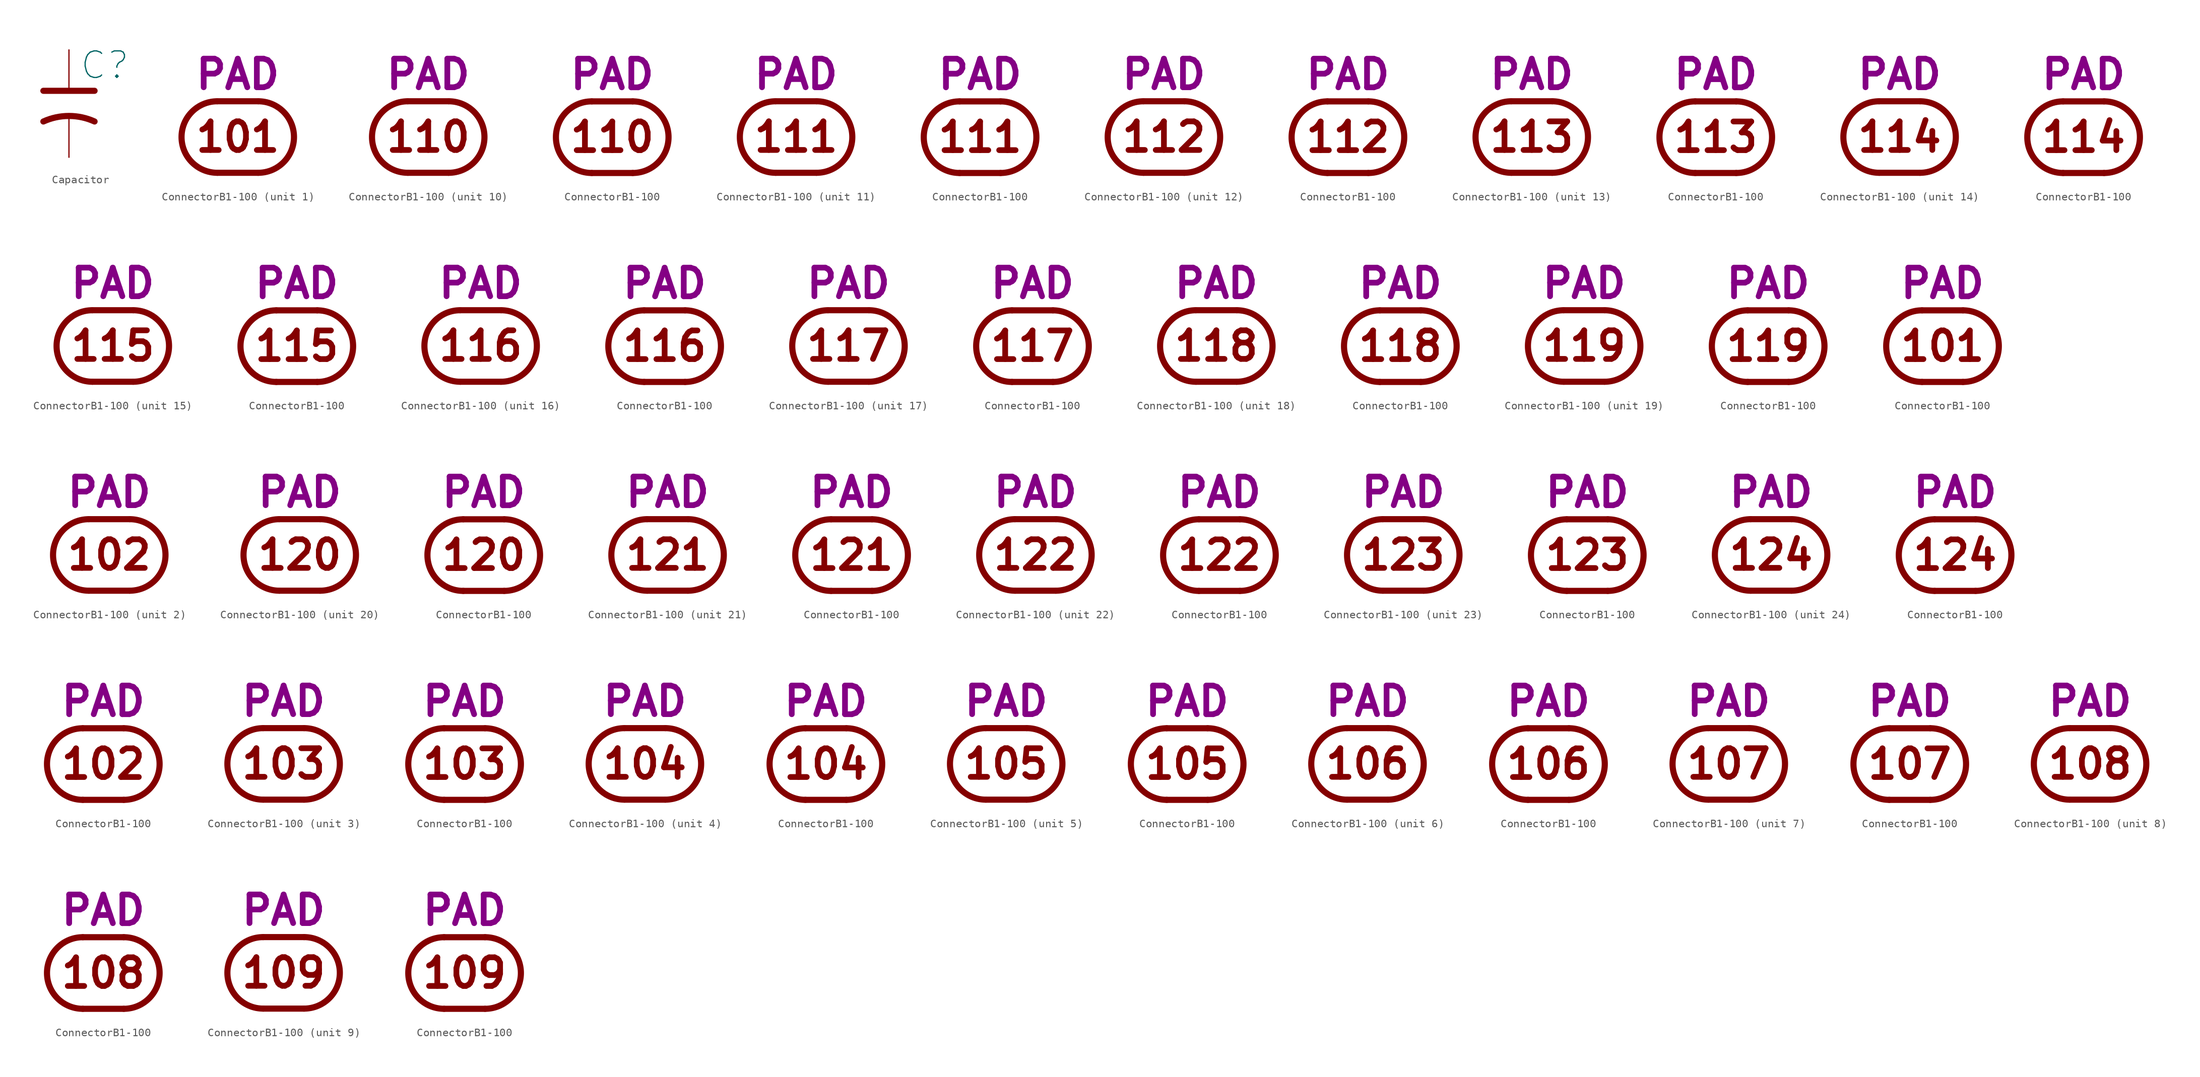
<source format=kicad_sym>
(kicad_symbol_lib
  (version 20211014)
  (generator kicad_symbol_editor)
  (symbol "Capacitor"
    (pin_numbers hide)
    (pin_names
      (offset 0) hide)
    (property "Reference" "C"
      (at 4.445 5.08 0)
      (effects (font (size 3.302 3.302))))
    (symbol "Capacitor_0_1"
      (polyline (pts (xy -3.175 1.905) (xy 3.175 1.905)) (stroke (width 0.762) (type default) (color 0 0 0 0)) (fill (type none)))
      (arc (start 3.175 -1.905) (mid 0 -1.2173) (end -3.175 -1.905) (stroke (width 0.762) (type default) (color 0 0 0 0)) (fill (type none))))
    (symbol "Capacitor_1_1"
      (pin passive line (at 0 6.985 270) (length 5.08) (name "1" (effects (font (size 1.27 1.27)))) (number "1" (effects (font (size 1.27 1.27)))))
      (pin passive line (at 0 -6.35 90) (length 5.08) (name "2" (effects (font (size 1.27 1.27)))) (number "2" (effects (font (size 1.27 1.27)))))))
  (symbol "ConnectorB1-100"
    (pin_numbers hide)
    (pin_names
      (offset 0) hide)
    (property "Reference" "J"
      (at 0 8.255 0)
      (effects (font (size 3.556 3.556)) hide))
    (property "Caption" "PAD"
      (at 0 5.715 0)
      (effects (font (size 3.556 3.556) bold) (justify bottom)))
    (property "ki_locked" ""
      (at 0 0 0)
      (effects (font (size 1.27 1.27))))
    (symbol "ConnectorB1-100_0_0"
      (arc (start -2.54 4.445) (mid -6.985 0) (end -2.54 -4.445) (stroke (width 0.762) (type default) (color 0 0 0 0)) (fill (type none)))
      (polyline (pts (xy -2.54 -4.445) (xy 2.54 -4.445)) (stroke (width 0.762) (type default) (color 0 0 0 0)) (fill (type none)))
      (polyline (pts (xy -2.54 4.445) (xy 2.54 4.445)) (stroke (width 0.762) (type default) (color 0 0 0 0)) (fill (type none)))
      (arc (start 2.54 -4.445) (mid 6.985 0) (end 2.54 4.445) (stroke (width 0.762) (type default) (color 0 0 0 0)) (fill (type none))))
    (symbol "ConnectorB1-100_1_0"
      (text "101" (at 0 0 0) (effects (font (size 3.556 3.556) bold))))
    (symbol "ConnectorB1-100_1_1"
      (pin passive line (at 6.985 0 180) (length 0) (name "101" (effects (font (size 3.556 3.556)))) (number "101" (effects (font (size 3.556 3.556))))))
    (symbol "ConnectorB1-100_1_2"
      (pin passive line (at 0 4.445 270) (length 0) (name "101" (effects (font (size 3.556 3.556)))) (number "101" (effects (font (size 3.556 3.556))))))
    (symbol "ConnectorB1-100_2_0"
      (text "102" (at 0 0 0) (effects (font (size 3.556 3.556) bold))))
    (symbol "ConnectorB1-100_2_1"
      (pin passive line (at 6.985 0 180) (length 0) (name "102" (effects (font (size 3.556 3.556)))) (number "102" (effects (font (size 3.556 3.556))))))
    (symbol "ConnectorB1-100_2_2"
      (pin passive line (at 0 4.445 270) (length 0) (name "102" (effects (font (size 3.556 3.556)))) (number "102" (effects (font (size 3.556 3.556))))))
    (symbol "ConnectorB1-100_3_0"
      (text "103" (at 0 0 0) (effects (font (size 3.556 3.556) bold))))
    (symbol "ConnectorB1-100_3_1"
      (pin passive line (at 6.985 0 180) (length 0) (name "103" (effects (font (size 3.556 3.556)))) (number "103" (effects (font (size 3.556 3.556))))))
    (symbol "ConnectorB1-100_3_2"
      (pin passive line (at 0 4.445 270) (length 0) (name "103" (effects (font (size 3.556 3.556)))) (number "103" (effects (font (size 3.556 3.556))))))
    (symbol "ConnectorB1-100_4_0"
      (text "104" (at 0 0 0) (effects (font (size 3.556 3.556) bold))))
    (symbol "ConnectorB1-100_4_1"
      (pin passive line (at 6.985 0 180) (length 0) (name "104" (effects (font (size 3.556 3.556)))) (number "104" (effects (font (size 3.556 3.556))))))
    (symbol "ConnectorB1-100_4_2"
      (pin passive line (at 0 4.445 270) (length 0) (name "104" (effects (font (size 3.556 3.556)))) (number "104" (effects (font (size 3.556 3.556))))))
    (symbol "ConnectorB1-100_5_0"
      (text "105" (at 0 0 0) (effects (font (size 3.556 3.556) bold))))
    (symbol "ConnectorB1-100_5_1"
      (pin passive line (at 6.985 0 180) (length 0) (name "105" (effects (font (size 3.556 3.556)))) (number "105" (effects (font (size 3.556 3.556))))))
    (symbol "ConnectorB1-100_5_2"
      (pin passive line (at 0 4.445 270) (length 0) (name "105" (effects (font (size 3.556 3.556)))) (number "105" (effects (font (size 3.556 3.556))))))
    (symbol "ConnectorB1-100_6_0"
      (text "106" (at 0 0 0) (effects (font (size 3.556 3.556) bold))))
    (symbol "ConnectorB1-100_6_1"
      (pin passive line (at 6.985 0 180) (length 0) (name "106" (effects (font (size 3.556 3.556)))) (number "106" (effects (font (size 3.556 3.556))))))
    (symbol "ConnectorB1-100_6_2"
      (pin passive line (at 0 4.445 270) (length 0) (name "106" (effects (font (size 3.556 3.556)))) (number "106" (effects (font (size 3.556 3.556))))))
    (symbol "ConnectorB1-100_7_0"
      (text "107" (at 0 0 0) (effects (font (size 3.556 3.556) bold))))
    (symbol "ConnectorB1-100_7_1"
      (pin passive line (at 6.985 0 180) (length 0) (name "107" (effects (font (size 3.556 3.556)))) (number "107" (effects (font (size 3.556 3.556))))))
    (symbol "ConnectorB1-100_7_2"
      (pin passive line (at 0 4.445 270) (length 0) (name "107" (effects (font (size 3.556 3.556)))) (number "107" (effects (font (size 3.556 3.556))))))
    (symbol "ConnectorB1-100_8_0"
      (text "108" (at 0 0 0) (effects (font (size 3.556 3.556) bold))))
    (symbol "ConnectorB1-100_8_1"
      (pin passive line (at 6.985 0 180) (length 0) (name "108" (effects (font (size 3.556 3.556)))) (number "108" (effects (font (size 3.556 3.556))))))
    (symbol "ConnectorB1-100_8_2"
      (pin passive line (at 0 4.445 270) (length 0) (name "108" (effects (font (size 3.556 3.556)))) (number "108" (effects (font (size 3.556 3.556))))))
    (symbol "ConnectorB1-100_9_0"
      (text "109" (at 0 0 0) (effects (font (size 3.556 3.556) bold))))
    (symbol "ConnectorB1-100_9_1"
      (pin passive line (at 6.985 0 180) (length 0) (name "109" (effects (font (size 3.556 3.556)))) (number "109" (effects (font (size 3.556 3.556))))))
    (symbol "ConnectorB1-100_9_2"
      (pin passive line (at 0 4.445 270) (length 0) (name "109" (effects (font (size 3.556 3.556)))) (number "109" (effects (font (size 3.556 3.556))))))
    (symbol "ConnectorB1-100_10_0"
      (text "110" (at 0 0 0) (effects (font (size 3.556 3.556) bold))))
    (symbol "ConnectorB1-100_10_1"
      (pin passive line (at 6.985 0 180) (length 0) (name "110" (effects (font (size 3.556 3.556)))) (number "110" (effects (font (size 3.556 3.556))))))
    (symbol "ConnectorB1-100_10_2"
      (pin passive line (at 0 4.445 270) (length 0) (name "110" (effects (font (size 3.556 3.556)))) (number "110" (effects (font (size 3.556 3.556))))))
    (symbol "ConnectorB1-100_11_0"
      (text "111" (at 0 0 0) (effects (font (size 3.556 3.556) bold))))
    (symbol "ConnectorB1-100_11_1"
      (pin passive line (at 6.985 0 180) (length 0) (name "111" (effects (font (size 3.556 3.556)))) (number "111" (effects (font (size 3.556 3.556))))))
    (symbol "ConnectorB1-100_11_2"
      (pin passive line (at 0 4.445 270) (length 0) (name "111" (effects (font (size 3.556 3.556)))) (number "111" (effects (font (size 3.556 3.556))))))
    (symbol "ConnectorB1-100_12_0"
      (text "112" (at 0 0 0) (effects (font (size 3.556 3.556) bold))))
    (symbol "ConnectorB1-100_12_1"
      (pin passive line (at 6.985 0 180) (length 0) (name "112" (effects (font (size 3.556 3.556)))) (number "112" (effects (font (size 3.556 3.556))))))
    (symbol "ConnectorB1-100_12_2"
      (pin passive line (at 0 4.445 270) (length 0) (name "112" (effects (font (size 3.556 3.556)))) (number "112" (effects (font (size 3.556 3.556))))))
    (symbol "ConnectorB1-100_13_0"
      (text "113" (at 0 0 0) (effects (font (size 3.556 3.556) bold))))
    (symbol "ConnectorB1-100_13_1"
      (pin passive line (at 6.985 0 180) (length 0) (name "113" (effects (font (size 3.556 3.556)))) (number "113" (effects (font (size 3.556 3.556))))))
    (symbol "ConnectorB1-100_13_2"
      (pin passive line (at 0 4.445 270) (length 0) (name "113" (effects (font (size 3.556 3.556)))) (number "113" (effects (font (size 3.556 3.556))))))
    (symbol "ConnectorB1-100_14_0"
      (text "114" (at 0 0 0) (effects (font (size 3.556 3.556) bold))))
    (symbol "ConnectorB1-100_14_1"
      (pin passive line (at 6.985 0 180) (length 0) (name "114" (effects (font (size 3.556 3.556)))) (number "114" (effects (font (size 3.556 3.556))))))
    (symbol "ConnectorB1-100_14_2"
      (pin passive line (at 0 4.445 270) (length 0) (name "114" (effects (font (size 3.556 3.556)))) (number "114" (effects (font (size 3.556 3.556))))))
    (symbol "ConnectorB1-100_15_0"
      (text "115" (at 0 0 0) (effects (font (size 3.556 3.556) bold))))
    (symbol "ConnectorB1-100_15_1"
      (pin passive line (at 6.985 0 180) (length 0) (name "115" (effects (font (size 3.556 3.556)))) (number "115" (effects (font (size 3.556 3.556))))))
    (symbol "ConnectorB1-100_15_2"
      (pin passive line (at 0 4.445 270) (length 0) (name "115" (effects (font (size 3.556 3.556)))) (number "115" (effects (font (size 3.556 3.556))))))
    (symbol "ConnectorB1-100_16_0"
      (text "116" (at 0 0 0) (effects (font (size 3.556 3.556) bold))))
    (symbol "ConnectorB1-100_16_1"
      (pin passive line (at 6.985 0 180) (length 0) (name "116" (effects (font (size 3.556 3.556)))) (number "116" (effects (font (size 3.556 3.556))))))
    (symbol "ConnectorB1-100_16_2"
      (pin passive line (at 0 4.445 270) (length 0) (name "116" (effects (font (size 3.556 3.556)))) (number "116" (effects (font (size 3.556 3.556))))))
    (symbol "ConnectorB1-100_17_0"
      (text "117" (at 0 0 0) (effects (font (size 3.556 3.556) bold))))
    (symbol "ConnectorB1-100_17_1"
      (pin passive line (at 6.985 0 180) (length 0) (name "117" (effects (font (size 3.556 3.556)))) (number "117" (effects (font (size 3.556 3.556))))))
    (symbol "ConnectorB1-100_17_2"
      (pin passive line (at 0 4.445 270) (length 0) (name "117" (effects (font (size 3.556 3.556)))) (number "117" (effects (font (size 3.556 3.556))))))
    (symbol "ConnectorB1-100_18_0"
      (text "118" (at 0 0 0) (effects (font (size 3.556 3.556) bold))))
    (symbol "ConnectorB1-100_18_1"
      (pin passive line (at 6.985 0 180) (length 0) (name "118" (effects (font (size 3.556 3.556)))) (number "118" (effects (font (size 3.556 3.556))))))
    (symbol "ConnectorB1-100_18_2"
      (pin passive line (at 0 4.445 270) (length 0) (name "118" (effects (font (size 3.556 3.556)))) (number "118" (effects (font (size 3.556 3.556))))))
    (symbol "ConnectorB1-100_19_0"
      (text "119" (at 0 0 0) (effects (font (size 3.556 3.556) bold))))
    (symbol "ConnectorB1-100_19_1"
      (pin passive line (at 6.985 0 180) (length 0) (name "119" (effects (font (size 3.556 3.556)))) (number "119" (effects (font (size 3.556 3.556))))))
    (symbol "ConnectorB1-100_19_2"
      (pin passive line (at 0 4.445 270) (length 0) (name "119" (effects (font (size 3.556 3.556)))) (number "119" (effects (font (size 3.556 3.556))))))
    (symbol "ConnectorB1-100_20_0"
      (text "120" (at 0 0 0) (effects (font (size 3.556 3.556) bold))))
    (symbol "ConnectorB1-100_20_1"
      (pin passive line (at 6.985 0 180) (length 0) (name "120" (effects (font (size 3.556 3.556)))) (number "120" (effects (font (size 3.556 3.556))))))
    (symbol "ConnectorB1-100_20_2"
      (pin passive line (at 0 4.445 270) (length 0) (name "120" (effects (font (size 3.556 3.556)))) (number "120" (effects (font (size 3.556 3.556))))))
    (symbol "ConnectorB1-100_21_0"
      (text "121" (at 0 0 0) (effects (font (size 3.556 3.556) bold))))
    (symbol "ConnectorB1-100_21_1"
      (pin passive line (at 6.985 0 180) (length 0) (name "121" (effects (font (size 3.556 3.556)))) (number "121" (effects (font (size 3.556 3.556))))))
    (symbol "ConnectorB1-100_21_2"
      (pin passive line (at 0 4.445 270) (length 0) (name "121" (effects (font (size 3.556 3.556)))) (number "121" (effects (font (size 3.556 3.556))))))
    (symbol "ConnectorB1-100_22_0"
      (text "122" (at 0 0 0) (effects (font (size 3.556 3.556) bold))))
    (symbol "ConnectorB1-100_22_1"
      (pin passive line (at 6.985 0 180) (length 0) (name "122" (effects (font (size 3.556 3.556)))) (number "122" (effects (font (size 3.556 3.556))))))
    (symbol "ConnectorB1-100_22_2"
      (pin passive line (at 0 4.445 270) (length 0) (name "122" (effects (font (size 3.556 3.556)))) (number "122" (effects (font (size 3.556 3.556))))))
    (symbol "ConnectorB1-100_23_0"
      (text "123" (at 0 0 0) (effects (font (size 3.556 3.556) bold))))
    (symbol "ConnectorB1-100_23_1"
      (pin passive line (at 6.985 0 180) (length 0) (name "123" (effects (font (size 3.556 3.556)))) (number "123" (effects (font (size 3.556 3.556))))))
    (symbol "ConnectorB1-100_23_2"
      (pin passive line (at 0 4.445 270) (length 0) (name "123" (effects (font (size 3.556 3.556)))) (number "123" (effects (font (size 3.556 3.556))))))
    (symbol "ConnectorB1-100_24_0"
      (text "124" (at 0 0 0) (effects (font (size 3.556 3.556) bold))))
    (symbol "ConnectorB1-100_24_1"
      (pin passive line (at 6.985 0 180) (length 0) (name "124" (effects (font (size 3.556 3.556)))) (number "124" (effects (font (size 3.556 3.556))))))
    (symbol "ConnectorB1-100_24_2"
      (pin passive line (at 0 4.445 270) (length 0) (name "124" (effects (font (size 3.556 3.556)))) (number "124" (effects (font (size 3.556 3.556))))))))
</source>
